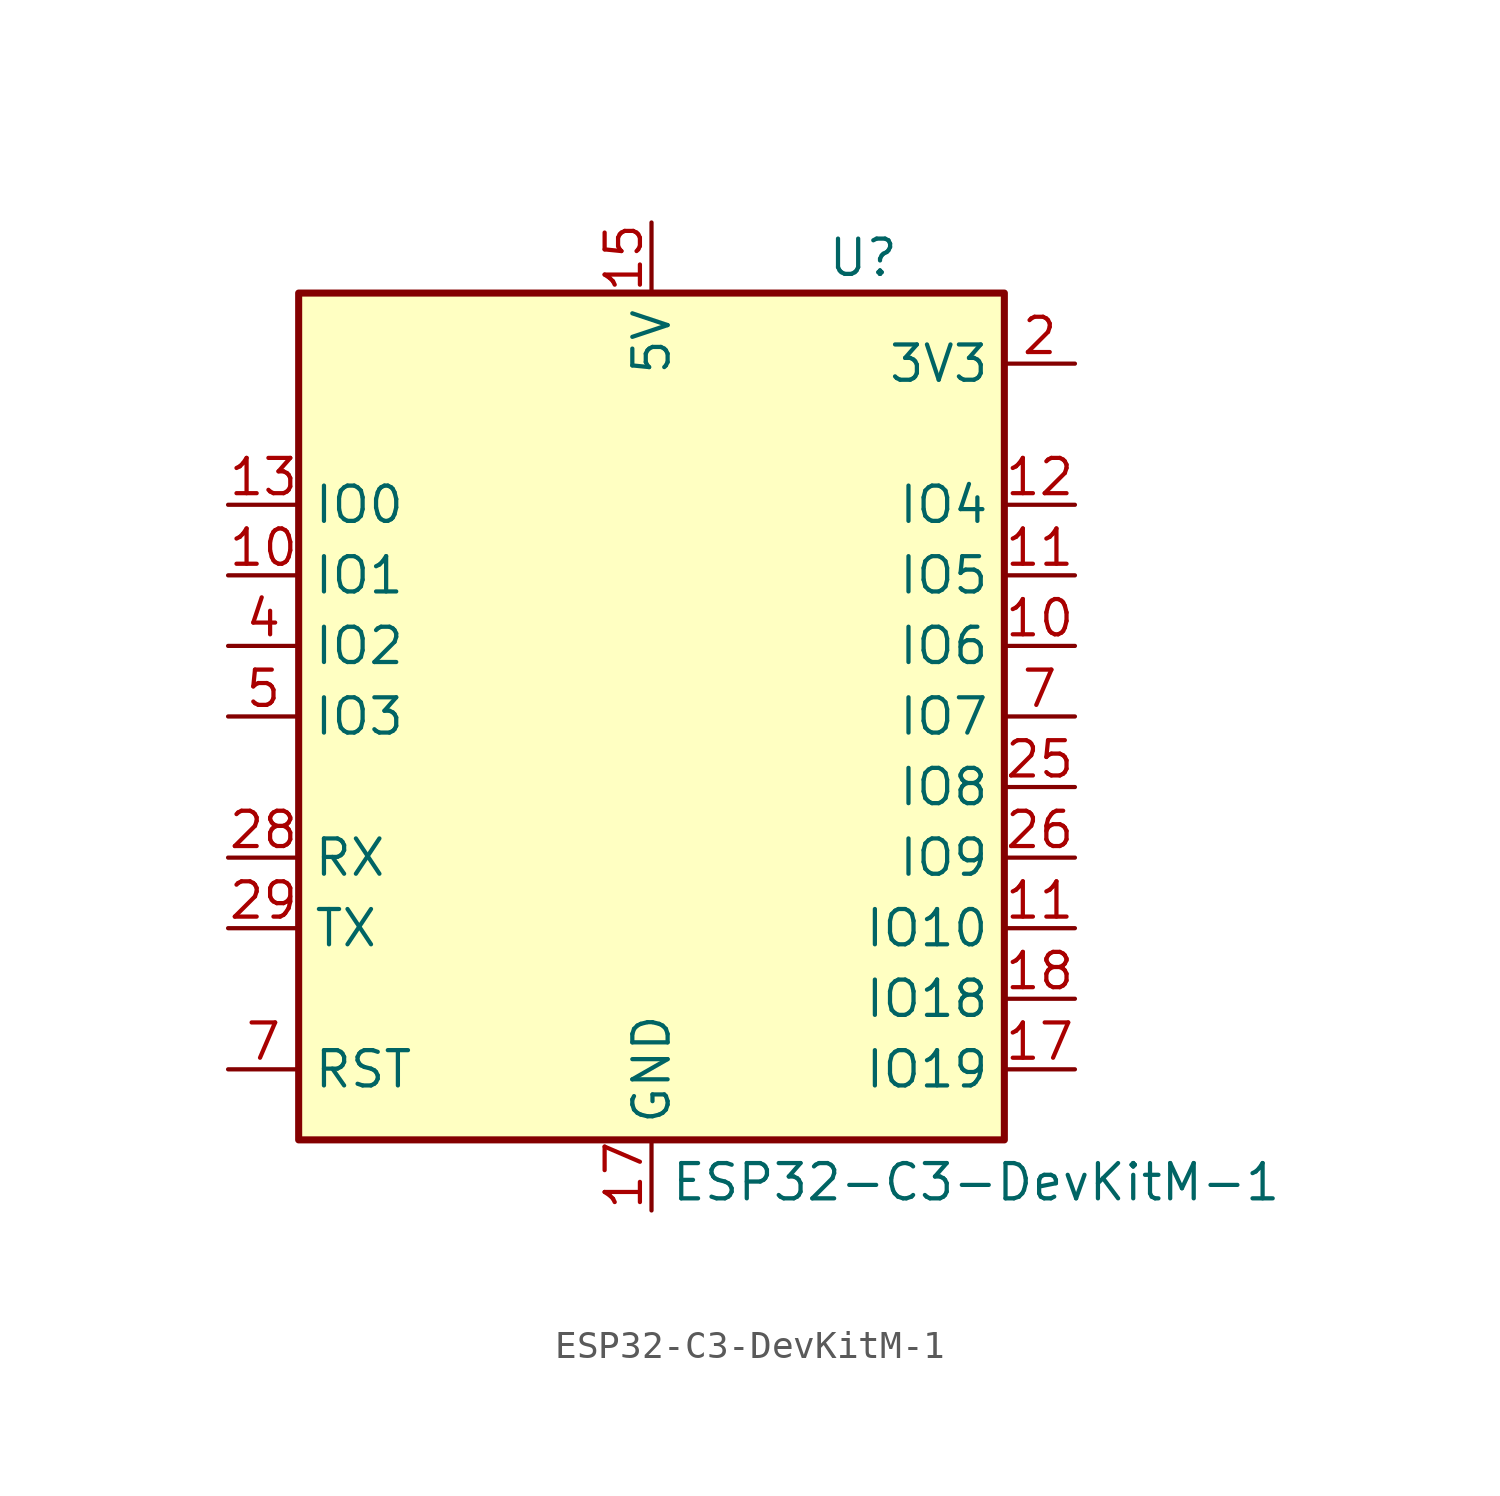
<source format=kicad_sym>
(kicad_symbol_lib
  (version 20231120)
  (generator "kicad_symbol_editor")
  (generator_version "8.0")
  (symbol "ESP32-C3-DevKitM-1"
    (property "Reference" "U"
      (at 7.62 16.51 0)
      (effects (font (size 1.27 1.27))))
    (property "Value" "ESP32-C3-DevKitM-1"
      (at 11.684 -16.764 0)
      (effects (font (size 1.27 1.27))))
    (symbol "ESP32-C3-DevKitM-1_1_1"
      (rectangle (start -12.7 15.24) (end 12.7 -15.24) (stroke (width 0.254) (type default)) (fill (type background)))
      (pin bidirectional line (at -15.24 5.08 0) (length 2.54) (name "IO1" (effects (font (size 1.27 1.27)))) (number "10" (effects (font (size 1.27 1.27)))) (alternate "ADC1_CH1" passive line) (alternate "XTAL_32K_N" passive line))
      (pin bidirectional line (at 15.24 2.54 180) (length 2.54) (name "IO6" (effects (font (size 1.27 1.27)))) (number "10" (effects (font (size 1.27 1.27)))) (alternate "FSPICLK" passive line) (alternate "MTCK" passive line))
      (pin bidirectional line (at 15.24 -7.62 180) (length 2.54) (name "IO10" (effects (font (size 1.27 1.27)))) (number "11" (effects (font (size 1.27 1.27)))) (alternate "FSPICS0" passive line))
      (pin bidirectional line (at 15.24 5.08 180) (length 2.54) (name "IO5" (effects (font (size 1.27 1.27)))) (number "11" (effects (font (size 1.27 1.27)))) (alternate "ADC2_CH0" passive line) (alternate "FSPIWP" passive line) (alternate "MTDI" passive line))
      (pin passive line (at 0 -17.78 90) (length 2.54) hide (name "GND" (effects (font (size 1.27 1.27)))) (number "12" (effects (font (size 1.27 1.27)))))
      (pin bidirectional line (at 15.24 7.62 180) (length 2.54) (name "IO4" (effects (font (size 1.27 1.27)))) (number "12" (effects (font (size 1.27 1.27)))) (alternate "ADC1_CH4" passive line) (alternate "FSPIHD" passive line) (alternate "MTMS" passive line))
      (pin bidirectional line (at -15.24 7.62 0) (length 2.54) (name "IO0" (effects (font (size 1.27 1.27)))) (number "13" (effects (font (size 1.27 1.27)))) (alternate "ADC1_CH0" passive line) (alternate "XTAL_32K_P" passive line))
      (pin passive line (at 0 17.78 270) (length 2.54) hide (name "5V" (effects (font (size 1.27 1.27)))) (number "14" (effects (font (size 1.27 1.27)))))
      (pin passive line (at 0 17.78 270) (length 2.54) (name "5V" (effects (font (size 1.27 1.27)))) (number "15" (effects (font (size 1.27 1.27)))))
      (pin passive line (at 0 -17.78 90) (length 2.54) hide (name "GND" (effects (font (size 1.27 1.27)))) (number "15" (effects (font (size 1.27 1.27)))))
      (pin passive line (at 0 -17.78 90) (length 2.54) hide (name "GND" (effects (font (size 1.27 1.27)))) (number "16" (effects (font (size 1.27 1.27)))))
      (pin power_in line (at 0 -17.78 90) (length 2.54) (name "GND" (effects (font (size 1.27 1.27)))) (number "17" (effects (font (size 1.27 1.27)))))
      (pin bidirectional line (at 15.24 -12.7 180) (length 2.54) (name "IO19" (effects (font (size 1.27 1.27)))) (number "17" (effects (font (size 1.27 1.27)))) (alternate "USB_D+" passive line))
      (pin bidirectional line (at 15.24 -10.16 180) (length 2.54) (name "IO18" (effects (font (size 1.27 1.27)))) (number "18" (effects (font (size 1.27 1.27)))) (alternate "USB_D-" passive line))
      (pin passive line (at 0 -17.78 90) (length 2.54) hide (name "GND" (effects (font (size 1.27 1.27)))) (number "19" (effects (font (size 1.27 1.27)))))
      (pin power_out line (at 15.24 12.7 180) (length 2.54) (name "3V3" (effects (font (size 1.27 1.27)))) (number "2" (effects (font (size 1.27 1.27)))))
      (pin passive line (at 0 -17.78 90) (length 2.54) hide (name "GND" (effects (font (size 1.27 1.27)))) (number "24" (effects (font (size 1.27 1.27)))))
      (pin bidirectional line (at 15.24 -2.54 180) (length 2.54) (name "IO8" (effects (font (size 1.27 1.27)))) (number "25" (effects (font (size 1.27 1.27)))))
      (pin bidirectional line (at 15.24 -5.08 180) (length 2.54) (name "IO9" (effects (font (size 1.27 1.27)))) (number "26" (effects (font (size 1.27 1.27)))))
      (pin passive line (at 0 -17.78 90) (length 2.54) hide (name "GND" (effects (font (size 1.27 1.27)))) (number "27" (effects (font (size 1.27 1.27)))))
      (pin input line (at -15.24 -5.08 0) (length 2.54) (name "RX" (effects (font (size 1.27 1.27)))) (number "28" (effects (font (size 1.27 1.27)))) (alternate "IO20" passive line))
      (pin output line (at -15.24 -7.62 0) (length 2.54) (name "TX" (effects (font (size 1.27 1.27)))) (number "29" (effects (font (size 1.27 1.27)))) (alternate "IO21" passive line))
      (pin passive line (at 15.24 12.7 180) (length 2.54) hide (name "3V3" (effects (font (size 1.27 1.27)))) (number "3" (effects (font (size 1.27 1.27)))))
      (pin passive line (at 0 -17.78 90) (length 2.54) hide (name "GND" (effects (font (size 1.27 1.27)))) (number "30" (effects (font (size 1.27 1.27)))))
      (pin bidirectional line (at -15.24 2.54 0) (length 2.54) (name "IO2" (effects (font (size 1.27 1.27)))) (number "4" (effects (font (size 1.27 1.27)))) (alternate "ADC1_CH0" passive line) (alternate "FSPIQ" passive line))
      (pin bidirectional line (at -15.24 0 0) (length 2.54) (name "IO3" (effects (font (size 1.27 1.27)))) (number "5" (effects (font (size 1.27 1.27)))) (alternate "ADC1_CH3" passive line))
      (pin passive line (at 0 -17.78 90) (length 2.54) hide (name "GND" (effects (font (size 1.27 1.27)))) (number "6" (effects (font (size 1.27 1.27)))))
      (pin bidirectional line (at 15.24 0 180) (length 2.54) (name "IO7" (effects (font (size 1.27 1.27)))) (number "7" (effects (font (size 1.27 1.27)))) (alternate "FSPID" passive line) (alternate "MTDO" passive line))
      (pin input line (at -15.24 -12.7 0) (length 2.54) (name "RST" (effects (font (size 1.27 1.27)))) (number "7" (effects (font (size 1.27 1.27)))))
      (pin passive line (at 0 -17.78 90) (length 2.54) hide (name "GND" (effects (font (size 1.27 1.27)))) (number "8" (effects (font (size 1.27 1.27))))))))
</source>
